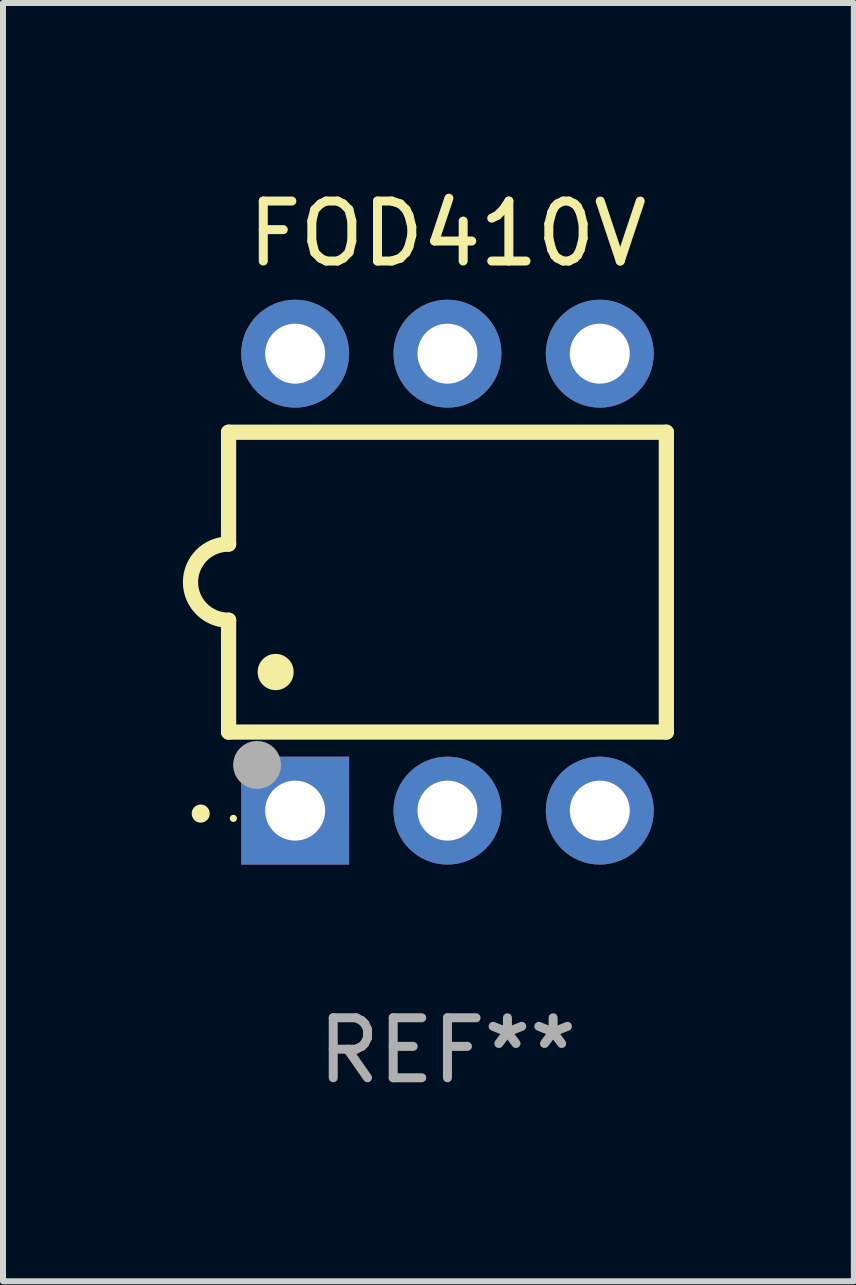
<source format=kicad_pcb>
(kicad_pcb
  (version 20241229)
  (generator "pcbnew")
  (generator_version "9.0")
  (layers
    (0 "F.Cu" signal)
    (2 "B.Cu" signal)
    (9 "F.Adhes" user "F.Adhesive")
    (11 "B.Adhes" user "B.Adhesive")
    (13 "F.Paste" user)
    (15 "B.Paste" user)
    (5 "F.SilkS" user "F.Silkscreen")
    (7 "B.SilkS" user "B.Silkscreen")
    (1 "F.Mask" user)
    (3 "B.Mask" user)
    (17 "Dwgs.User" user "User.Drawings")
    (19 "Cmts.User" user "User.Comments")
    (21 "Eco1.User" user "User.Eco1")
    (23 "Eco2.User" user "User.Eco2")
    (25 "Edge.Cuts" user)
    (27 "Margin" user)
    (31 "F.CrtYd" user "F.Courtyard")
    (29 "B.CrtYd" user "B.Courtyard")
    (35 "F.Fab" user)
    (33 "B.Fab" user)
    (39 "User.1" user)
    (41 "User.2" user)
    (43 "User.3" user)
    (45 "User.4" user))
  (footprint "FOD410V"
    (layer "F.Cu")
    (at 4.412 6.658)
    (property "Reference" "FOD410V" (at 0 -5.81 0) (layer "F.SilkS") (effects (font (size 1 1) (thickness 0.15))))
    (attr through_hole)
    (fp_line (start -3.65 -2.5) (end 3.65 -2.5) (stroke (width 0.254) (type solid)) (layer "F.SilkS"))
    (fp_line (start -3.65 -0.635) (end -3.65 -2.5) (stroke (width 0.254) (type solid)) (layer "F.SilkS"))
    (fp_line (start -3.65 0.635) (end -3.65 2.5) (stroke (width 0.254) (type solid)) (layer "F.SilkS"))
    (fp_line (start -3.65 2.5) (end 3.65 2.5) (stroke (width 0.254) (type solid)) (layer "F.SilkS"))
    (fp_line (start 3.65 -2.5) (end 3.65 2.5) (stroke (width 0.254) (type solid)) (layer "F.SilkS"))
    (fp_arc (start -4.114808 3.860808) (mid -4.114813 3.859538) (end -4.114808 3.858268) (stroke (width 0.3) (type solid)) (layer "F.SilkS"))
    (fp_arc (start -3.650013 0.635001) (mid -4.285014 0) (end -3.650013 -0.635001) (stroke (width 0.254001) (type solid)) (layer "F.SilkS"))
    (fp_arc (start -2.865405 1.501143) (mid -2.865416 1.498603) (end -2.865405 1.496063) (stroke (width 0.6) (type solid)) (layer "F.SilkS"))
    (fp_circle (center -3.57 3.94) (end -3.54 3.94) (stroke (width 0.06) (type solid)) (fill no) (layer "F.SilkS"))
    (fp_circle (center -3.175 3.048) (end -2.975 3.048) (stroke (width 0.4) (type solid)) (fill no) (layer "F.Fab"))
    (fp_text user "REF**" (at 0 7.81 0) (layer "F.Fab") (effects (font (size 1 1) (thickness 0.15))))
    (pad "1" thru_hole rect (at -2.54 3.81 90) (size 1.8 1.8) (drill 1) (layers "*.Cu" "*.Mask"))
    (pad "2" thru_hole circle (at 0 3.81) (size 1.8 1.8) (drill 1) (layers "*.Cu" "*.Mask"))
    (pad "3" thru_hole circle (at 2.54 3.81) (size 1.8 1.8) (drill 1) (layers "*.Cu" "*.Mask"))
    (pad "4" thru_hole circle (at 2.54 -3.81) (size 1.8 1.8) (drill 1) (layers "*.Cu" "*.Mask"))
    (pad "5" thru_hole circle (at 0 -3.81) (size 1.8 1.8) (drill 1) (layers "*.Cu" "*.Mask"))
    (pad "6" thru_hole circle (at -2.54 -3.81) (size 1.8 1.8) (drill 1) (layers "*.Cu" "*.Mask")))
  (gr_rect
    (start -3 -3)
    (end 11.189 18.317)
    (stroke (width 0.1) (type default))
    (fill no)
    (layer "Edge.Cuts")))
</source>
